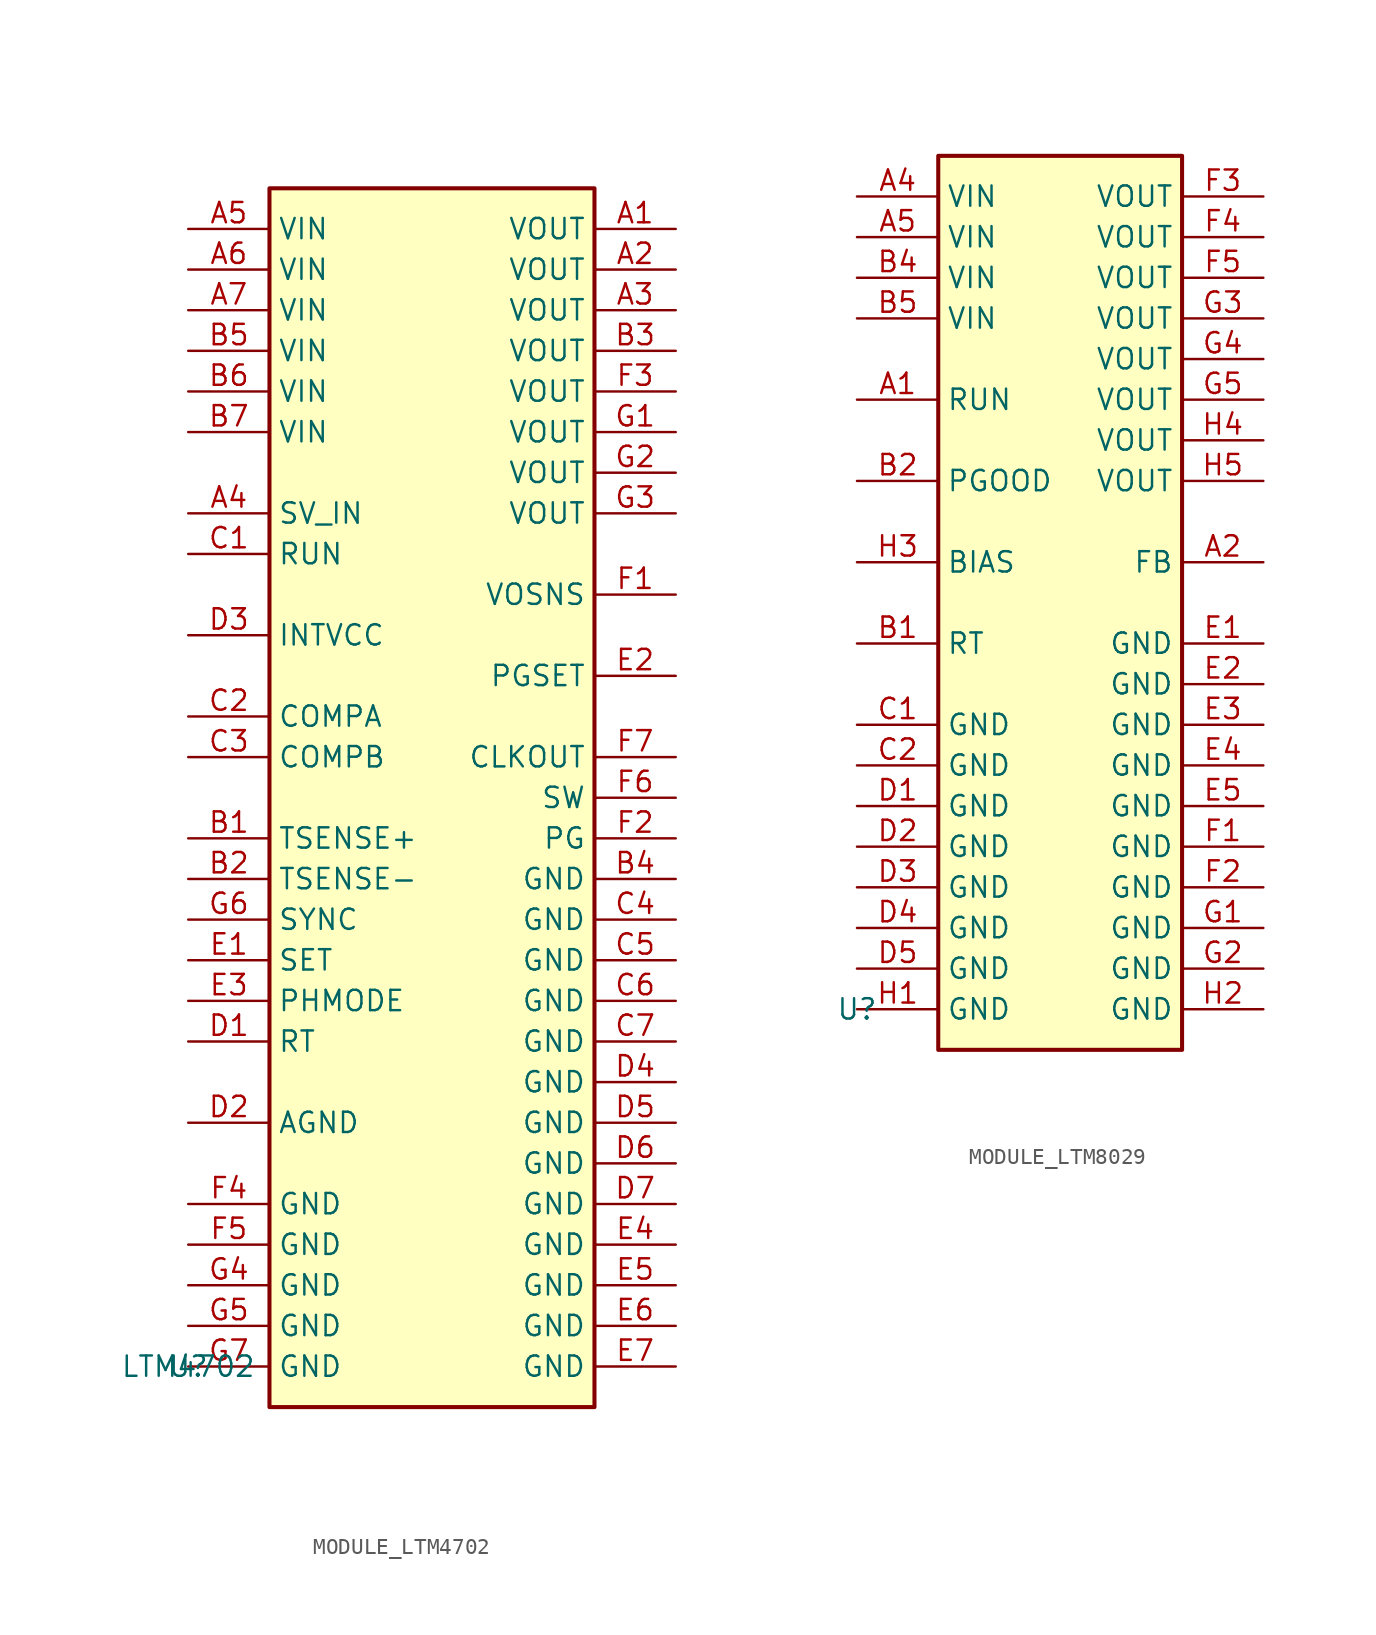
<source format=kicad_sym>
(kicad_symbol_lib
  (version 20231120)
  (generator "kicad_symbol_editor")
  (generator_version "8.0")
  (symbol "MODULE_LTM4702"
    (property "Reference" "U"
      (at 0 0 0)
      (effects (font (size 1.27 1.27))))
    (property "Value" "LTM4702"
      (at 0 0 0)
      (effects (font (size 1.27 1.27))))
    (symbol "MODULE_LTM4702_0_1"
      (rectangle (start 5.08 73.66) (end 25.4 -2.54) (stroke (width 0.254) (type default)) (fill (type background))))
    (symbol "MODULE_LTM4702_1_1"
      (pin passive line (at 30.48 71.12 180) (length 5.08) (name "VOUT" (effects (font (size 1.27 1.27)))) (number "A1" (effects (font (size 1.27 1.27)))))
      (pin passive line (at 30.48 68.58 180) (length 5.08) (name "VOUT" (effects (font (size 1.27 1.27)))) (number "A2" (effects (font (size 1.27 1.27)))))
      (pin passive line (at 30.48 66.04 180) (length 5.08) (name "VOUT" (effects (font (size 1.27 1.27)))) (number "A3" (effects (font (size 1.27 1.27)))))
      (pin passive line (at 0 53.34 0) (length 5.08) (name "SV_IN" (effects (font (size 1.27 1.27)))) (number "A4" (effects (font (size 1.27 1.27)))))
      (pin power_in line (at 0 71.12 0) (length 5.08) (name "VIN" (effects (font (size 1.27 1.27)))) (number "A5" (effects (font (size 1.27 1.27)))))
      (pin power_in line (at 0 68.58 0) (length 5.08) (name "VIN" (effects (font (size 1.27 1.27)))) (number "A6" (effects (font (size 1.27 1.27)))))
      (pin power_in line (at 0 66.04 0) (length 5.08) (name "VIN" (effects (font (size 1.27 1.27)))) (number "A7" (effects (font (size 1.27 1.27)))))
      (pin passive line (at 0 33.02 0) (length 5.08) (name "TSENSE+" (effects (font (size 1.27 1.27)))) (number "B1" (effects (font (size 1.27 1.27)))))
      (pin passive line (at 0 30.48 0) (length 5.08) (name "TSENSE-" (effects (font (size 1.27 1.27)))) (number "B2" (effects (font (size 1.27 1.27)))))
      (pin passive line (at 30.48 63.5 180) (length 5.08) (name "VOUT" (effects (font (size 1.27 1.27)))) (number "B3" (effects (font (size 1.27 1.27)))))
      (pin power_in line (at 30.48 30.48 180) (length 5.08) (name "GND" (effects (font (size 1.27 1.27)))) (number "B4" (effects (font (size 1.27 1.27)))))
      (pin power_in line (at 0 63.5 0) (length 5.08) (name "VIN" (effects (font (size 1.27 1.27)))) (number "B5" (effects (font (size 1.27 1.27)))))
      (pin power_in line (at 0 60.96 0) (length 5.08) (name "VIN" (effects (font (size 1.27 1.27)))) (number "B6" (effects (font (size 1.27 1.27)))))
      (pin power_in line (at 0 58.42 0) (length 5.08) (name "VIN" (effects (font (size 1.27 1.27)))) (number "B7" (effects (font (size 1.27 1.27)))))
      (pin passive line (at 0 50.8 0) (length 5.08) (name "RUN" (effects (font (size 1.27 1.27)))) (number "C1" (effects (font (size 1.27 1.27)))))
      (pin passive line (at 0 40.64 0) (length 5.08) (name "COMPA" (effects (font (size 1.27 1.27)))) (number "C2" (effects (font (size 1.27 1.27)))))
      (pin passive line (at 0 38.1 0) (length 5.08) (name "COMPB" (effects (font (size 1.27 1.27)))) (number "C3" (effects (font (size 1.27 1.27)))))
      (pin power_in line (at 30.48 27.94 180) (length 5.08) (name "GND" (effects (font (size 1.27 1.27)))) (number "C4" (effects (font (size 1.27 1.27)))))
      (pin power_in line (at 30.48 25.4 180) (length 5.08) (name "GND" (effects (font (size 1.27 1.27)))) (number "C5" (effects (font (size 1.27 1.27)))))
      (pin power_in line (at 30.48 22.86 180) (length 5.08) (name "GND" (effects (font (size 1.27 1.27)))) (number "C6" (effects (font (size 1.27 1.27)))))
      (pin power_in line (at 30.48 20.32 180) (length 5.08) (name "GND" (effects (font (size 1.27 1.27)))) (number "C7" (effects (font (size 1.27 1.27)))))
      (pin passive line (at 0 20.32 0) (length 5.08) (name "RT" (effects (font (size 1.27 1.27)))) (number "D1" (effects (font (size 1.27 1.27)))))
      (pin passive line (at 0 15.24 0) (length 5.08) (name "AGND" (effects (font (size 1.27 1.27)))) (number "D2" (effects (font (size 1.27 1.27)))))
      (pin passive line (at 0 45.72 0) (length 5.08) (name "INTVCC" (effects (font (size 1.27 1.27)))) (number "D3" (effects (font (size 1.27 1.27)))))
      (pin power_in line (at 30.48 17.78 180) (length 5.08) (name "GND" (effects (font (size 1.27 1.27)))) (number "D4" (effects (font (size 1.27 1.27)))))
      (pin power_in line (at 30.48 15.24 180) (length 5.08) (name "GND" (effects (font (size 1.27 1.27)))) (number "D5" (effects (font (size 1.27 1.27)))))
      (pin power_in line (at 30.48 12.7 180) (length 5.08) (name "GND" (effects (font (size 1.27 1.27)))) (number "D6" (effects (font (size 1.27 1.27)))))
      (pin power_in line (at 30.48 10.16 180) (length 5.08) (name "GND" (effects (font (size 1.27 1.27)))) (number "D7" (effects (font (size 1.27 1.27)))))
      (pin passive line (at 0 25.4 0) (length 5.08) (name "SET" (effects (font (size 1.27 1.27)))) (number "E1" (effects (font (size 1.27 1.27)))))
      (pin passive line (at 30.48 43.18 180) (length 5.08) (name "PGSET" (effects (font (size 1.27 1.27)))) (number "E2" (effects (font (size 1.27 1.27)))))
      (pin passive line (at 0 22.86 0) (length 5.08) (name "PHMODE" (effects (font (size 1.27 1.27)))) (number "E3" (effects (font (size 1.27 1.27)))))
      (pin power_in line (at 30.48 7.62 180) (length 5.08) (name "GND" (effects (font (size 1.27 1.27)))) (number "E4" (effects (font (size 1.27 1.27)))))
      (pin power_in line (at 30.48 5.08 180) (length 5.08) (name "GND" (effects (font (size 1.27 1.27)))) (number "E5" (effects (font (size 1.27 1.27)))))
      (pin power_in line (at 30.48 2.54 180) (length 5.08) (name "GND" (effects (font (size 1.27 1.27)))) (number "E6" (effects (font (size 1.27 1.27)))))
      (pin power_in line (at 30.48 0 180) (length 5.08) (name "GND" (effects (font (size 1.27 1.27)))) (number "E7" (effects (font (size 1.27 1.27)))))
      (pin passive line (at 30.48 48.26 180) (length 5.08) (name "VOSNS" (effects (font (size 1.27 1.27)))) (number "F1" (effects (font (size 1.27 1.27)))))
      (pin passive line (at 30.48 33.02 180) (length 5.08) (name "PG" (effects (font (size 1.27 1.27)))) (number "F2" (effects (font (size 1.27 1.27)))))
      (pin passive line (at 30.48 60.96 180) (length 5.08) (name "VOUT" (effects (font (size 1.27 1.27)))) (number "F3" (effects (font (size 1.27 1.27)))))
      (pin power_in line (at 0 10.16 0) (length 5.08) (name "GND" (effects (font (size 1.27 1.27)))) (number "F4" (effects (font (size 1.27 1.27)))))
      (pin power_in line (at 0 7.62 0) (length 5.08) (name "GND" (effects (font (size 1.27 1.27)))) (number "F5" (effects (font (size 1.27 1.27)))))
      (pin passive line (at 30.48 35.56 180) (length 5.08) (name "SW" (effects (font (size 1.27 1.27)))) (number "F6" (effects (font (size 1.27 1.27)))))
      (pin passive line (at 30.48 38.1 180) (length 5.08) (name "CLKOUT" (effects (font (size 1.27 1.27)))) (number "F7" (effects (font (size 1.27 1.27)))))
      (pin passive line (at 30.48 58.42 180) (length 5.08) (name "VOUT" (effects (font (size 1.27 1.27)))) (number "G1" (effects (font (size 1.27 1.27)))))
      (pin passive line (at 30.48 55.88 180) (length 5.08) (name "VOUT" (effects (font (size 1.27 1.27)))) (number "G2" (effects (font (size 1.27 1.27)))))
      (pin passive line (at 30.48 53.34 180) (length 5.08) (name "VOUT" (effects (font (size 1.27 1.27)))) (number "G3" (effects (font (size 1.27 1.27)))))
      (pin power_in line (at 0 5.08 0) (length 5.08) (name "GND" (effects (font (size 1.27 1.27)))) (number "G4" (effects (font (size 1.27 1.27)))))
      (pin power_in line (at 0 2.54 0) (length 5.08) (name "GND" (effects (font (size 1.27 1.27)))) (number "G5" (effects (font (size 1.27 1.27)))))
      (pin passive line (at 0 27.94 0) (length 5.08) (name "SYNC" (effects (font (size 1.27 1.27)))) (number "G6" (effects (font (size 1.27 1.27)))))
      (pin power_in line (at 0 0 0) (length 5.08) (name "GND" (effects (font (size 1.27 1.27)))) (number "G7" (effects (font (size 1.27 1.27)))))))
  (symbol "MODULE_LTM8029"
    (property "Reference" "U"
      (at 0 0 0)
      (effects (font (size 1.27 1.27))))
    (property "Value" ""
      (at 0 0 0)
      (effects (font (size 1.27 1.27))))
    (symbol "MODULE_LTM8029_0_1"
      (rectangle (start 5.08 53.34) (end 20.32 -2.54) (stroke (width 0.254) (type default)) (fill (type background))))
    (symbol "MODULE_LTM8029_1_1"
      (pin passive line (at 0 38.1 0) (length 5.08) (name "RUN" (effects (font (size 1.27 1.27)))) (number "A1" (effects (font (size 1.27 1.27)))))
      (pin passive line (at 25.4 27.94 180) (length 5.08) (name "FB" (effects (font (size 1.27 1.27)))) (number "A2" (effects (font (size 1.27 1.27)))))
      (pin power_in line (at 0 50.8 0) (length 5.08) (name "VIN" (effects (font (size 1.27 1.27)))) (number "A4" (effects (font (size 1.27 1.27)))))
      (pin power_in line (at 0 48.26 0) (length 5.08) (name "VIN" (effects (font (size 1.27 1.27)))) (number "A5" (effects (font (size 1.27 1.27)))))
      (pin passive line (at 0 22.86 0) (length 5.08) (name "RT" (effects (font (size 1.27 1.27)))) (number "B1" (effects (font (size 1.27 1.27)))))
      (pin passive line (at 0 33.02 0) (length 5.08) (name "PGOOD" (effects (font (size 1.27 1.27)))) (number "B2" (effects (font (size 1.27 1.27)))))
      (pin power_in line (at 0 45.72 0) (length 5.08) (name "VIN" (effects (font (size 1.27 1.27)))) (number "B4" (effects (font (size 1.27 1.27)))))
      (pin power_in line (at 0 43.18 0) (length 5.08) (name "VIN" (effects (font (size 1.27 1.27)))) (number "B5" (effects (font (size 1.27 1.27)))))
      (pin power_in line (at 0 17.78 0) (length 5.08) (name "GND" (effects (font (size 1.27 1.27)))) (number "C1" (effects (font (size 1.27 1.27)))))
      (pin power_in line (at 0 15.24 0) (length 5.08) (name "GND" (effects (font (size 1.27 1.27)))) (number "C2" (effects (font (size 1.27 1.27)))))
      (pin power_in line (at 0 12.7 0) (length 5.08) (name "GND" (effects (font (size 1.27 1.27)))) (number "D1" (effects (font (size 1.27 1.27)))))
      (pin power_in line (at 0 10.16 0) (length 5.08) (name "GND" (effects (font (size 1.27 1.27)))) (number "D2" (effects (font (size 1.27 1.27)))))
      (pin power_in line (at 0 7.62 0) (length 5.08) (name "GND" (effects (font (size 1.27 1.27)))) (number "D3" (effects (font (size 1.27 1.27)))))
      (pin power_in line (at 0 5.08 0) (length 5.08) (name "GND" (effects (font (size 1.27 1.27)))) (number "D4" (effects (font (size 1.27 1.27)))))
      (pin power_in line (at 0 2.54 0) (length 5.08) (name "GND" (effects (font (size 1.27 1.27)))) (number "D5" (effects (font (size 1.27 1.27)))))
      (pin power_in line (at 25.4 22.86 180) (length 5.08) (name "GND" (effects (font (size 1.27 1.27)))) (number "E1" (effects (font (size 1.27 1.27)))))
      (pin power_in line (at 25.4 20.32 180) (length 5.08) (name "GND" (effects (font (size 1.27 1.27)))) (number "E2" (effects (font (size 1.27 1.27)))))
      (pin power_in line (at 25.4 17.78 180) (length 5.08) (name "GND" (effects (font (size 1.27 1.27)))) (number "E3" (effects (font (size 1.27 1.27)))))
      (pin power_in line (at 25.4 15.24 180) (length 5.08) (name "GND" (effects (font (size 1.27 1.27)))) (number "E4" (effects (font (size 1.27 1.27)))))
      (pin power_in line (at 25.4 12.7 180) (length 5.08) (name "GND" (effects (font (size 1.27 1.27)))) (number "E5" (effects (font (size 1.27 1.27)))))
      (pin power_in line (at 25.4 10.16 180) (length 5.08) (name "GND" (effects (font (size 1.27 1.27)))) (number "F1" (effects (font (size 1.27 1.27)))))
      (pin power_in line (at 25.4 7.62 180) (length 5.08) (name "GND" (effects (font (size 1.27 1.27)))) (number "F2" (effects (font (size 1.27 1.27)))))
      (pin power_in line (at 25.4 50.8 180) (length 5.08) (name "VOUT" (effects (font (size 1.27 1.27)))) (number "F3" (effects (font (size 1.27 1.27)))))
      (pin power_in line (at 25.4 48.26 180) (length 5.08) (name "VOUT" (effects (font (size 1.27 1.27)))) (number "F4" (effects (font (size 1.27 1.27)))))
      (pin power_in line (at 25.4 45.72 180) (length 5.08) (name "VOUT" (effects (font (size 1.27 1.27)))) (number "F5" (effects (font (size 1.27 1.27)))))
      (pin power_in line (at 25.4 5.08 180) (length 5.08) (name "GND" (effects (font (size 1.27 1.27)))) (number "G1" (effects (font (size 1.27 1.27)))))
      (pin power_in line (at 25.4 2.54 180) (length 5.08) (name "GND" (effects (font (size 1.27 1.27)))) (number "G2" (effects (font (size 1.27 1.27)))))
      (pin power_in line (at 25.4 43.18 180) (length 5.08) (name "VOUT" (effects (font (size 1.27 1.27)))) (number "G3" (effects (font (size 1.27 1.27)))))
      (pin power_in line (at 25.4 40.64 180) (length 5.08) (name "VOUT" (effects (font (size 1.27 1.27)))) (number "G4" (effects (font (size 1.27 1.27)))))
      (pin power_in line (at 25.4 38.1 180) (length 5.08) (name "VOUT" (effects (font (size 1.27 1.27)))) (number "G5" (effects (font (size 1.27 1.27)))))
      (pin power_in line (at 0 0 0) (length 5.08) (name "GND" (effects (font (size 1.27 1.27)))) (number "H1" (effects (font (size 1.27 1.27)))))
      (pin power_in line (at 25.4 0 180) (length 5.08) (name "GND" (effects (font (size 1.27 1.27)))) (number "H2" (effects (font (size 1.27 1.27)))))
      (pin passive line (at 0 27.94 0) (length 5.08) (name "BIAS" (effects (font (size 1.27 1.27)))) (number "H3" (effects (font (size 1.27 1.27)))))
      (pin power_in line (at 25.4 35.56 180) (length 5.08) (name "VOUT" (effects (font (size 1.27 1.27)))) (number "H4" (effects (font (size 1.27 1.27)))))
      (pin power_in line (at 25.4 33.02 180) (length 5.08) (name "VOUT" (effects (font (size 1.27 1.27)))) (number "H5" (effects (font (size 1.27 1.27))))))))
</source>
